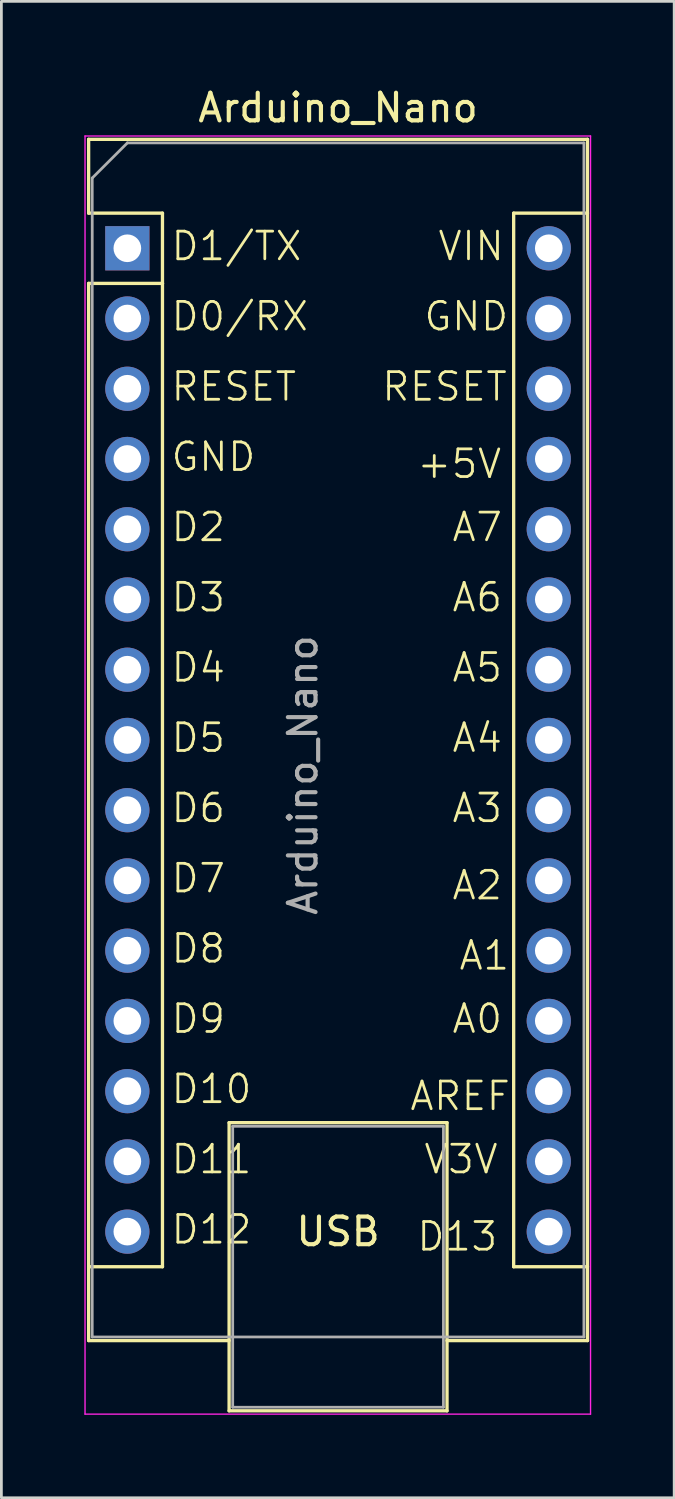
<source format=kicad_pcb>
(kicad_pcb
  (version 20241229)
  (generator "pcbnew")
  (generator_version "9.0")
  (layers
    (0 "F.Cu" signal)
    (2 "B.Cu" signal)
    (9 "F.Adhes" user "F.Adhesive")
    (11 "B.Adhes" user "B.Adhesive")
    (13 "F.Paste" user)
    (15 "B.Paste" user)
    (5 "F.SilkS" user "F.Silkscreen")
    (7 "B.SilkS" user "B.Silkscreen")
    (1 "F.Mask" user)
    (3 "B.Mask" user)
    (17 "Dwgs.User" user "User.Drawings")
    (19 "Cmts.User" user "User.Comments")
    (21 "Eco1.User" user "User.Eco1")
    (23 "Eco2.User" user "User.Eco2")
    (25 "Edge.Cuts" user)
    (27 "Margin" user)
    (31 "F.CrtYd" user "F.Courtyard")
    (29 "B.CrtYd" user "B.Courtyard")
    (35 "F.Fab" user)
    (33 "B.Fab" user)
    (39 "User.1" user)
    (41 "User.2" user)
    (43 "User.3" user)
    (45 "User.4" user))
  (footprint "Arduino_Nano"
    (layer "F.Cu")
    (at 1.555 5.928)
    (property "Reference" "Arduino_Nano" (at 7.62 -5.08 0) (layer "F.SilkS") (effects (font (size 1 1) (thickness 0.15))))
    (attr through_hole)
    (fp_line (start -1.4 -3.94) (end -1.4 -1.27) (stroke (width 0.12) (type solid)) (layer "F.SilkS"))
    (fp_line (start -1.4 1.27) (end -1.4 39.5) (stroke (width 0.12) (type solid)) (layer "F.SilkS"))
    (fp_line (start -1.4 39.5) (end 3.68 39.5) (stroke (width 0.12) (type solid)) (layer "F.SilkS"))
    (fp_line (start 1.27 -1.27) (end -1.4 -1.27) (stroke (width 0.12) (type solid)) (layer "F.SilkS"))
    (fp_line (start 1.27 1.27) (end -1.4 1.27) (stroke (width 0.12) (type solid)) (layer "F.SilkS"))
    (fp_line (start 1.27 1.27) (end 1.27 -1.27) (stroke (width 0.12) (type solid)) (layer "F.SilkS"))
    (fp_line (start 1.27 1.27) (end 1.27 36.83) (stroke (width 0.12) (type solid)) (layer "F.SilkS"))
    (fp_line (start 1.27 36.83) (end -1.4 36.83) (stroke (width 0.12) (type solid)) (layer "F.SilkS"))
    (fp_line (start 3.68 31.62) (end 11.56 31.62) (stroke (width 0.12) (type solid)) (layer "F.SilkS"))
    (fp_line (start 3.68 42.04) (end 3.68 31.62) (stroke (width 0.12) (type solid)) (layer "F.SilkS"))
    (fp_line (start 11.56 31.62) (end 11.56 42.04) (stroke (width 0.12) (type solid)) (layer "F.SilkS"))
    (fp_line (start 11.56 42.04) (end 3.68 42.04) (stroke (width 0.12) (type solid)) (layer "F.SilkS"))
    (fp_line (start 13.97 -1.27) (end 13.97 36.83) (stroke (width 0.12) (type solid)) (layer "F.SilkS"))
    (fp_line (start 13.97 -1.27) (end 16.64 -1.27) (stroke (width 0.12) (type solid)) (layer "F.SilkS"))
    (fp_line (start 13.97 36.83) (end 16.64 36.83) (stroke (width 0.12) (type solid)) (layer "F.SilkS"))
    (fp_line (start 16.64 -3.94) (end -1.4 -3.94) (stroke (width 0.12) (type solid)) (layer "F.SilkS"))
    (fp_line (start 16.64 39.5) (end 11.56 39.5) (stroke (width 0.12) (type solid)) (layer "F.SilkS"))
    (fp_line (start 16.64 39.5) (end 16.64 -3.94) (stroke (width 0.12) (type solid)) (layer "F.SilkS"))
    (fp_line (start -1.53 -4.06) (end -1.53 42.16) (stroke (width 0.05) (type solid)) (layer "F.CrtYd"))
    (fp_line (start -1.53 -4.06) (end 16.75 -4.06) (stroke (width 0.05) (type solid)) (layer "F.CrtYd"))
    (fp_line (start 16.75 42.16) (end -1.53 42.16) (stroke (width 0.05) (type solid)) (layer "F.CrtYd"))
    (fp_line (start 16.75 42.16) (end 16.75 -4.06) (stroke (width 0.05) (type solid)) (layer "F.CrtYd"))
    (fp_line (start -1.27 -2.54) (end 0 -3.81) (stroke (width 0.1) (type solid)) (layer "F.Fab"))
    (fp_line (start -1.27 39.37) (end -1.27 -2.54) (stroke (width 0.1) (type solid)) (layer "F.Fab"))
    (fp_line (start 0 -3.81) (end 16.51 -3.81) (stroke (width 0.1) (type solid)) (layer "F.Fab"))
    (fp_line (start 3.81 31.75) (end 11.43 31.75) (stroke (width 0.1) (type solid)) (layer "F.Fab"))
    (fp_line (start 3.81 41.91) (end 3.81 31.75) (stroke (width 0.1) (type solid)) (layer "F.Fab"))
    (fp_line (start 11.43 31.75) (end 11.43 41.91) (stroke (width 0.1) (type solid)) (layer "F.Fab"))
    (fp_line (start 11.43 41.91) (end 3.81 41.91) (stroke (width 0.1) (type solid)) (layer "F.Fab"))
    (fp_line (start 16.51 -3.81) (end 16.51 39.37) (stroke (width 0.1) (type solid)) (layer "F.Fab"))
    (fp_line (start 16.51 39.37) (end -1.27 39.37) (stroke (width 0.1) (type solid)) (layer "F.Fab"))
    (fp_text user "A6" (at 11.684 13.208 0) (unlocked yes) (layer "F.SilkS") (effects (font (size 1 1) (thickness 0.1)) (justify left bottom)))
    (fp_text user "D11" (at 1.524 33.528 0) (unlocked yes) (layer "F.SilkS") (effects (font (size 1 1) (thickness 0.1)) (justify left bottom)))
    (fp_text user "D8" (at 1.524 25.908 0) (unlocked yes) (layer "F.SilkS") (effects (font (size 1 1) (thickness 0.1)) (justify left bottom)))
    (fp_text user "V3V" (at 10.668 33.528 0) (unlocked yes) (layer "F.SilkS") (effects (font (size 1 1) (thickness 0.1)) (justify left bottom)))
    (fp_text user "D10" (at 1.524 30.988 0) (unlocked yes) (layer "F.SilkS") (effects (font (size 1 1) (thickness 0.1)) (justify left bottom)))
    (fp_text user "GND" (at 1.524 8.128 0) (unlocked yes) (layer "F.SilkS") (effects (font (size 1 1) (thickness 0.1)) (justify left bottom)))
    (fp_text user "AREF" (at 10.16 31.242 0) (unlocked yes) (layer "F.SilkS") (effects (font (size 1 1) (thickness 0.1)) (justify left bottom)))
    (fp_text user "GND" (at 10.668 3.048 0) (unlocked yes) (layer "F.SilkS") (effects (font (size 1 1) (thickness 0.1)) (justify left bottom)))
    (fp_text user "A5" (at 11.684 15.748 0) (unlocked yes) (layer "F.SilkS") (effects (font (size 1 1) (thickness 0.1)) (justify left bottom)))
    (fp_text user "D1/TX" (at 1.524 0.508 0) (unlocked yes) (layer "F.SilkS") (effects (font (size 1 1) (thickness 0.1)) (justify left bottom)))
    (fp_text user "D13" (at 10.414 36.322 0) (unlocked yes) (layer "F.SilkS") (effects (font (size 1 1) (thickness 0.1)) (justify left bottom)))
    (fp_text user "D3" (at 1.524 13.208 0) (unlocked yes) (layer "F.SilkS") (effects (font (size 1 1) (thickness 0.1)) (justify left bottom)))
    (fp_text user "RESET" (at 1.524 5.588 0) (unlocked yes) (layer "F.SilkS") (effects (font (size 1 1) (thickness 0.1)) (justify left bottom)))
    (fp_text user "RESET" (at 9.144 5.588 0) (unlocked yes) (layer "F.SilkS") (effects (font (size 1 1) (thickness 0.1)) (justify left bottom)))
    (fp_text user "D4" (at 1.524 15.748 0) (unlocked yes) (layer "F.SilkS") (effects (font (size 1 1) (thickness 0.1)) (justify left bottom)))
    (fp_text user "D9" (at 1.524 28.448 0) (unlocked yes) (layer "F.SilkS") (effects (font (size 1 1) (thickness 0.1)) (justify left bottom)))
    (fp_text user "A0" (at 11.684 28.448 0) (unlocked yes) (layer "F.SilkS") (effects (font (size 1 1) (thickness 0.1)) (justify left bottom)))
    (fp_text user "+5V" (at 10.414 8.382 0) (unlocked yes) (layer "F.SilkS") (effects (font (size 1 1) (thickness 0.1)) (justify left bottom)))
    (fp_text user "A2" (at 11.684 23.622 0) (unlocked yes) (layer "F.SilkS") (effects (font (size 1 1) (thickness 0.1)) (justify left bottom)))
    (fp_text user "D0/RX" (at 1.524 3.048 0) (unlocked yes) (layer "F.SilkS") (effects (font (size 1 1) (thickness 0.1)) (justify left bottom)))
    (fp_text user "A7" (at 11.684 10.668 0) (unlocked yes) (layer "F.SilkS") (effects (font (size 1 1) (thickness 0.1)) (justify left bottom)))
    (fp_text user "D5" (at 1.524 18.288 0) (unlocked yes) (layer "F.SilkS") (effects (font (size 1 1) (thickness 0.1)) (justify left bottom)))
    (fp_text user "D12" (at 1.524 36.068 0) (unlocked yes) (layer "F.SilkS") (effects (font (size 1 1) (thickness 0.1)) (justify left bottom)))
    (fp_text user "A1" (at 11.938 26.162 0) (unlocked yes) (layer "F.SilkS") (effects (font (size 1 1) (thickness 0.1)) (justify left bottom)))
    (fp_text user "A3" (at 11.684 20.828 0) (unlocked yes) (layer "F.SilkS") (effects (font (size 1 1) (thickness 0.1)) (justify left bottom)))
    (fp_text user "D7" (at 1.524 23.368 0) (unlocked yes) (layer "F.SilkS") (effects (font (size 1 1) (thickness 0.1)) (justify left bottom)))
    (fp_text user "D2" (at 1.524 10.668 0) (unlocked yes) (layer "F.SilkS") (effects (font (size 1 1) (thickness 0.1)) (justify left bottom)))
    (fp_text user "VIN" (at 11.176 0.508 0) (unlocked yes) (layer "F.SilkS") (effects (font (size 1 1) (thickness 0.1)) (justify left bottom)))
    (fp_text user "A4" (at 11.684 18.288 0) (unlocked yes) (layer "F.SilkS") (effects (font (size 1 1) (thickness 0.1)) (justify left bottom)))
    (fp_text user "USB" (at 7.62 35.56 0) (unlocked yes) (layer "F.SilkS") (effects (font (size 1 1) (thickness 0.15))))
    (fp_text user "D6" (at 1.524 20.828 0) (unlocked yes) (layer "F.SilkS") (effects (font (size 1 1) (thickness 0.1)) (justify left bottom)))
    (fp_text user "${REFERENCE}" (at 6.35 19.05 90) (layer "F.Fab") (effects (font (size 1 1) (thickness 0.15))))
    (pad "1" thru_hole rect (at 0 0) (size 1.6 1.6) (drill 1) (layers "*.Cu" "*.Mask"))
    (pad "2" thru_hole oval (at 0 2.54) (size 1.6 1.6) (drill 1) (layers "*.Cu" "*.Mask"))
    (pad "3" thru_hole oval (at 0 5.08) (size 1.6 1.6) (drill 1) (layers "*.Cu" "*.Mask"))
    (pad "4" thru_hole oval (at 0 7.62) (size 1.6 1.6) (drill 1) (layers "*.Cu" "*.Mask"))
    (pad "5" thru_hole oval (at 0 10.16) (size 1.6 1.6) (drill 1) (layers "*.Cu" "*.Mask"))
    (pad "6" thru_hole oval (at 0 12.7) (size 1.6 1.6) (drill 1) (layers "*.Cu" "*.Mask"))
    (pad "7" thru_hole oval (at 0 15.24) (size 1.6 1.6) (drill 1) (layers "*.Cu" "*.Mask"))
    (pad "8" thru_hole oval (at 0 17.78) (size 1.6 1.6) (drill 1) (layers "*.Cu" "*.Mask"))
    (pad "9" thru_hole oval (at 0 20.32) (size 1.6 1.6) (drill 1) (layers "*.Cu" "*.Mask"))
    (pad "10" thru_hole oval (at 0 22.86) (size 1.6 1.6) (drill 1) (layers "*.Cu" "*.Mask"))
    (pad "11" thru_hole oval (at 0 25.4) (size 1.6 1.6) (drill 1) (layers "*.Cu" "*.Mask"))
    (pad "12" thru_hole oval (at 0 27.94) (size 1.6 1.6) (drill 1) (layers "*.Cu" "*.Mask"))
    (pad "13" thru_hole oval (at 0 30.48) (size 1.6 1.6) (drill 1) (layers "*.Cu" "*.Mask"))
    (pad "14" thru_hole oval (at 0 33.02) (size 1.6 1.6) (drill 1) (layers "*.Cu" "*.Mask"))
    (pad "15" thru_hole oval (at 0 35.56) (size 1.6 1.6) (drill 1) (layers "*.Cu" "*.Mask"))
    (pad "16" thru_hole oval (at 15.24 35.56) (size 1.6 1.6) (drill 1) (layers "*.Cu" "*.Mask"))
    (pad "17" thru_hole oval (at 15.24 33.02) (size 1.6 1.6) (drill 1) (layers "*.Cu" "*.Mask"))
    (pad "18" thru_hole oval (at 15.24 30.48) (size 1.6 1.6) (drill 1) (layers "*.Cu" "*.Mask"))
    (pad "19" thru_hole oval (at 15.24 27.94) (size 1.6 1.6) (drill 1) (layers "*.Cu" "*.Mask"))
    (pad "20" thru_hole oval (at 15.24 25.4) (size 1.6 1.6) (drill 1) (layers "*.Cu" "*.Mask"))
    (pad "21" thru_hole oval (at 15.24 22.86) (size 1.6 1.6) (drill 1) (layers "*.Cu" "*.Mask"))
    (pad "22" thru_hole oval (at 15.24 20.32) (size 1.6 1.6) (drill 1) (layers "*.Cu" "*.Mask"))
    (pad "23" thru_hole oval (at 15.24 17.78) (size 1.6 1.6) (drill 1) (layers "*.Cu" "*.Mask"))
    (pad "24" thru_hole oval (at 15.24 15.24) (size 1.6 1.6) (drill 1) (layers "*.Cu" "*.Mask"))
    (pad "25" thru_hole oval (at 15.24 12.7) (size 1.6 1.6) (drill 1) (layers "*.Cu" "*.Mask"))
    (pad "26" thru_hole oval (at 15.24 10.16) (size 1.6 1.6) (drill 1) (layers "*.Cu" "*.Mask"))
    (pad "27" thru_hole oval (at 15.24 7.62) (size 1.6 1.6) (drill 1) (layers "*.Cu" "*.Mask"))
    (pad "28" thru_hole oval (at 15.24 5.08) (size 1.6 1.6) (drill 1) (layers "*.Cu" "*.Mask"))
    (pad "29" thru_hole oval (at 15.24 2.54) (size 1.6 1.6) (drill 1) (layers "*.Cu" "*.Mask"))
    (pad "30" thru_hole oval (at 15.24 0) (size 1.6 1.6) (drill 1) (layers "*.Cu" "*.Mask")))
  (gr_rect
    (start -3 -3)
    (end 21.33 51.113)
    (stroke (width 0.1) (type default))
    (fill no)
    (layer "Edge.Cuts")))
</source>
